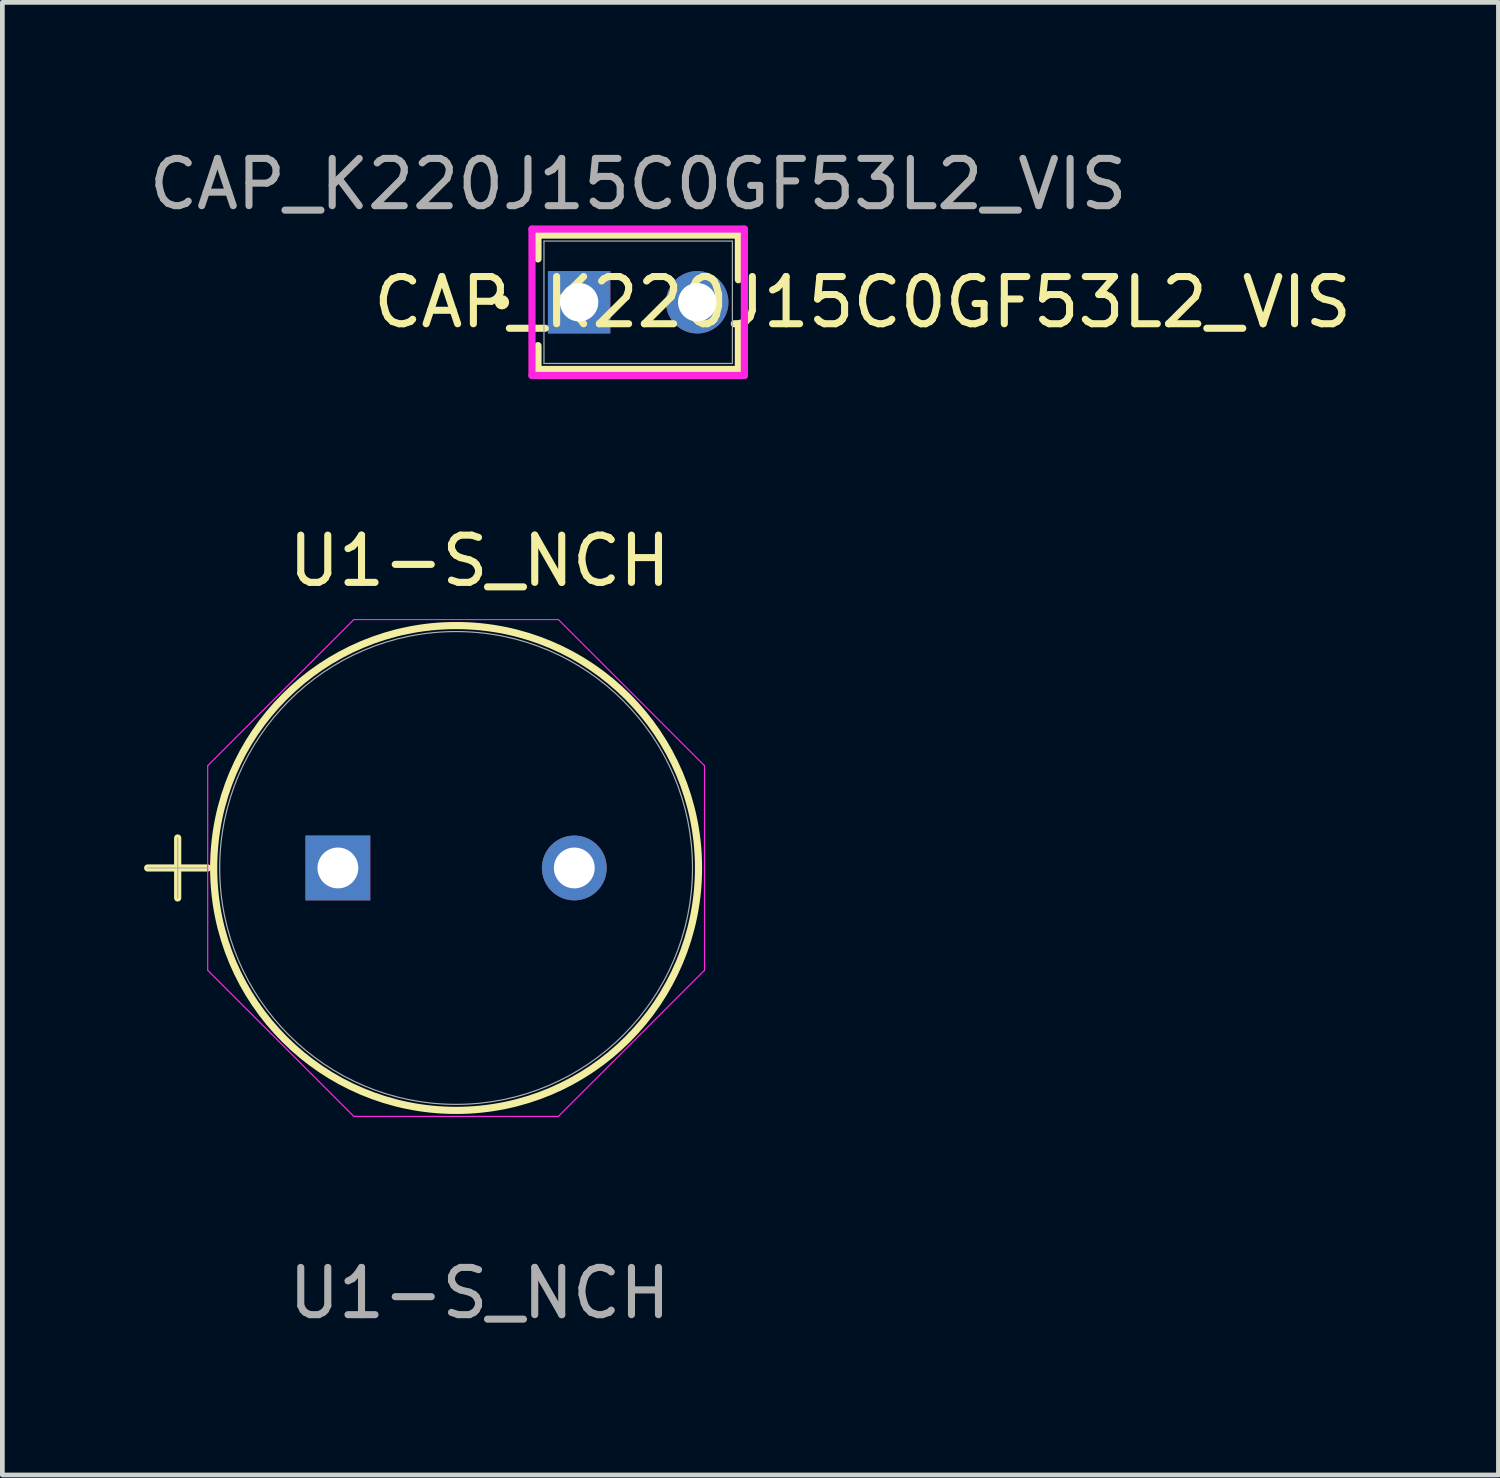
<source format=kicad_pcb>
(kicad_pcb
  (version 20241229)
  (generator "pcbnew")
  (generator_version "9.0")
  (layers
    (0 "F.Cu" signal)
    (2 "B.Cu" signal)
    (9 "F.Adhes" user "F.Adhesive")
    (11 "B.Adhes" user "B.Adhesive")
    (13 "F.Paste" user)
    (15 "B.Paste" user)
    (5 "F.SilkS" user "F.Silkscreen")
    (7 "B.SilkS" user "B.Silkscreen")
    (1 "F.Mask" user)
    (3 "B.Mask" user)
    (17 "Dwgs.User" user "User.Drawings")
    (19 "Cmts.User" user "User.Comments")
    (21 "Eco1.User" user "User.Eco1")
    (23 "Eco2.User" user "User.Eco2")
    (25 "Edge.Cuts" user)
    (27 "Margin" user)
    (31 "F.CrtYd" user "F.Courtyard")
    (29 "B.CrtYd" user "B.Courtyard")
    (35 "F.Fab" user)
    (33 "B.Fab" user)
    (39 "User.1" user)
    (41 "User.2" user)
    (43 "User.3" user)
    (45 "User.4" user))
  (footprint "CAP_K220J15C0GF53L2_VIS"
    (layer "F.Cu")
    (at 9.208 3.348)
    (property "Reference" "CAP_K220J15C0GF53L2_VIS" (at 6 0 0) (unlocked yes) (layer "F.SilkS") (effects (font (size 1 1) (thickness 0.15))))
    (attr through_hole)
    (fp_line (start -0.871 -1.422) (end -0.871 -0.918) (stroke (width 0.152) (type solid)) (layer "F.SilkS"))
    (fp_line (start -0.871 0.918) (end -0.871 1.422) (stroke (width 0.152) (type solid)) (layer "F.SilkS"))
    (fp_line (start 3.371 -1.422) (end -0.871 -1.422) (stroke (width 0.152) (type solid)) (layer "F.SilkS"))
    (fp_line (start 3.371 -1.422) (end 3.371 -0.477) (stroke (width 0.152) (type solid)) (layer "F.SilkS"))
    (fp_line (start 3.371 0.477) (end 3.371 1.422) (stroke (width 0.152) (type solid)) (layer "F.SilkS"))
    (fp_line (start 3.371 1.422) (end -0.871 1.422) (stroke (width 0.152) (type solid)) (layer "F.SilkS"))
    (fp_circle (center -1.633 0) (end -1.557 0) (stroke (width 0.152) (type solid)) (fill no) (layer "F.SilkS"))
    (fp_line (start -0.998 -1.549) (end 3.498 -1.549) (stroke (width 0.152) (type solid)) (layer "F.CrtYd"))
    (fp_line (start -0.998 1.549) (end -0.998 -1.549) (stroke (width 0.152) (type solid)) (layer "F.CrtYd"))
    (fp_line (start 3.498 -1.549) (end 3.498 1.549) (stroke (width 0.152) (type solid)) (layer "F.CrtYd"))
    (fp_line (start 3.498 1.549) (end -0.998 1.549) (stroke (width 0.152) (type solid)) (layer "F.CrtYd"))
    (fp_line (start -0.744 -1.295) (end -0.744 1.295) (stroke (width 0.025) (type solid)) (layer "F.Fab"))
    (fp_line (start 3.244 -1.295) (end -0.744 -1.295) (stroke (width 0.025) (type solid)) (layer "F.Fab"))
    (fp_line (start 3.244 -1.295) (end 3.244 1.295) (stroke (width 0.025) (type solid)) (layer "F.Fab"))
    (fp_line (start 3.244 1.295) (end -0.744 1.295) (stroke (width 0.025) (type solid)) (layer "F.Fab"))
    (fp_circle (center -0.236 0) (end -0.16 0) (stroke (width 0.025) (type solid)) (fill no) (layer "F.Fab"))
    (fp_text user "${REFERENCE}" (at 1.25 -2.5 0) (unlocked yes) (layer "F.Fab") (effects (font (size 1 1) (thickness 0.15))))
    (pad "1" thru_hole rect (at 0 0) (size 1.321 1.321) (drill 0.813) (layers "*.Cu" "*.Mask"))
    (pad "2" thru_hole circle (at 2.5 0) (size 1.321 1.321) (drill 0.813) (layers "*.Cu" "*.Mask")))
  (footprint "U1-S_NCH"
    (layer "F.Cu")
    (at 4.102 15.322)
    (property "Reference" "U1-S_NCH" (at 3 -6.5 0) (unlocked yes) (layer "F.SilkS") (effects (font (size 1 1) (thickness 0.15))))
    (attr through_hole)
    (fp_line (start -4.026 0) (end -2.756 0) (stroke (width 0.152) (type solid)) (layer "F.SilkS"))
    (fp_line (start -3.391 -0.635) (end -3.391 0.635) (stroke (width 0.152) (type solid)) (layer "F.SilkS"))
    (fp_circle (center 2.502 0) (end 7.633 0) (stroke (width 0.152) (type solid)) (fill no) (layer "F.SilkS"))
    (fp_line (start -2.756 -2.165) (end 0.337 -5.258) (stroke (width 0.025) (type solid)) (layer "F.CrtYd"))
    (fp_line (start -2.756 2.165) (end -2.756 -2.165) (stroke (width 0.025) (type solid)) (layer "F.CrtYd"))
    (fp_line (start 0.337 -5.258) (end 4.667 -5.258) (stroke (width 0.025) (type solid)) (layer "F.CrtYd"))
    (fp_line (start 0.337 5.258) (end -2.756 2.165) (stroke (width 0.025) (type solid)) (layer "F.CrtYd"))
    (fp_line (start 4.667 -5.258) (end 7.76 -2.165) (stroke (width 0.025) (type solid)) (layer "F.CrtYd"))
    (fp_line (start 4.667 5.258) (end 0.337 5.258) (stroke (width 0.025) (type solid)) (layer "F.CrtYd"))
    (fp_line (start 7.76 -2.165) (end 7.76 2.165) (stroke (width 0.025) (type solid)) (layer "F.CrtYd"))
    (fp_line (start 7.76 2.165) (end 4.667 5.258) (stroke (width 0.025) (type solid)) (layer "F.CrtYd"))
    (fp_line (start -4.026 0) (end -2.756 0) (stroke (width 0.025) (type solid)) (layer "F.Fab"))
    (fp_line (start -3.391 -0.635) (end -3.391 0.635) (stroke (width 0.025) (type solid)) (layer "F.Fab"))
    (fp_circle (center 2.502 0) (end 7.506 0) (stroke (width 0.025) (type solid)) (fill no) (layer "F.Fab"))
    (fp_text user "${REFERENCE}" (at 3 9 0) (unlocked yes) (layer "F.Fab") (effects (font (size 1 1) (thickness 0.15))))
    (pad "1" thru_hole rect (at 0 0) (size 1.372 1.372) (drill 0.864) (layers "*.Cu" "*.Mask"))
    (pad "2" thru_hole circle (at 5.004 0) (size 1.372 1.372) (drill 0.864) (layers "*.Cu" "*.Mask")))
  (gr_rect
    (start -3 -3)
    (end 28.667 28.17)
    (stroke (width 0.1) (type default))
    (fill no)
    (layer "Edge.Cuts")))
</source>
